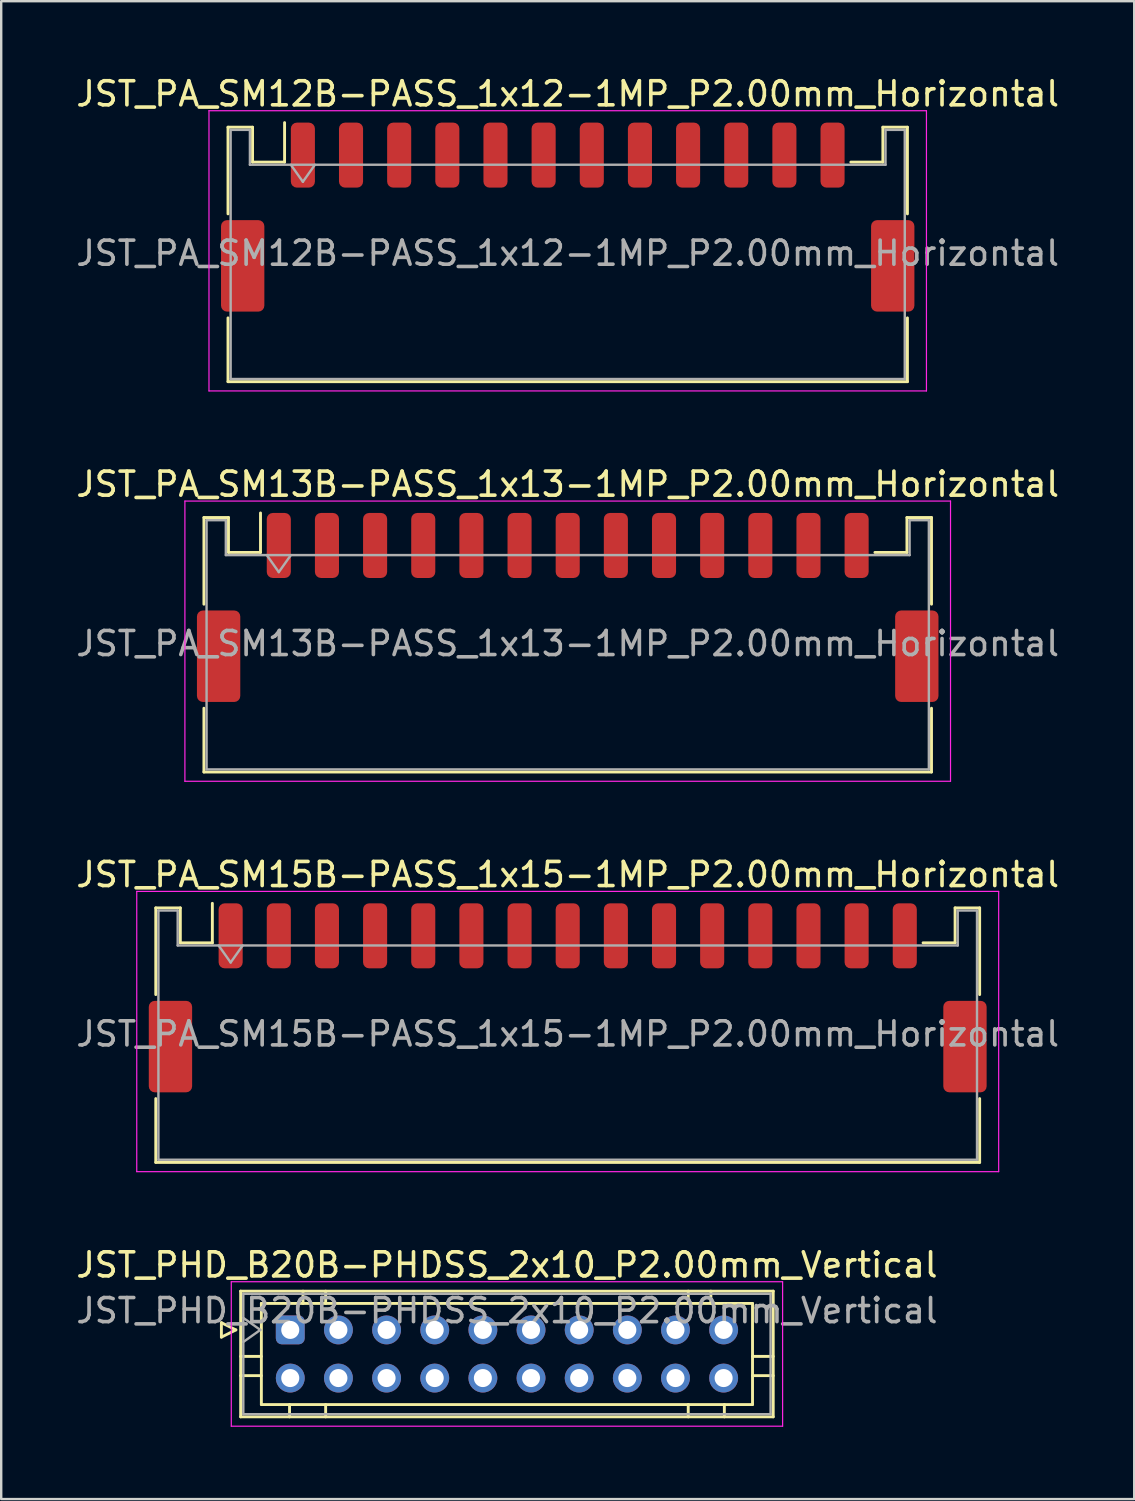
<source format=kicad_pcb>
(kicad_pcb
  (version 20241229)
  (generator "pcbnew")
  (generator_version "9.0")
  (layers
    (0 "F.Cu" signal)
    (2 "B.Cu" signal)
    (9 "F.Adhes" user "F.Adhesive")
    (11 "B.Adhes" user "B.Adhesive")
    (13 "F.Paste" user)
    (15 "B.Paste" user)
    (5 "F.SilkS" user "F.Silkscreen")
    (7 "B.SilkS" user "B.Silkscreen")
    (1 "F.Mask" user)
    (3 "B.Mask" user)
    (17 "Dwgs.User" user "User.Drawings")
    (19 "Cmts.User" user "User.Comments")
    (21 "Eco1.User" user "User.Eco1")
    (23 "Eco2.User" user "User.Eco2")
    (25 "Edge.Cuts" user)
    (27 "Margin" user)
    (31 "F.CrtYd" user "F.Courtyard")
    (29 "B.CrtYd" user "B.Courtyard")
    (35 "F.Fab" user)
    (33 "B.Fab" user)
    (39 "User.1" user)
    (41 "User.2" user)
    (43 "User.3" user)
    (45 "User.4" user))
  (footprint "JST_PA_SM15B-PASS_1x15-1MP_P2.00mm_Horizontal"
    (layer "F.Cu")
    (at 20.53 38.395)
    (property "Reference" "JST_PA_SM15B-PASS_1x15-1MP_P2.00mm_Horizontal" (at 0 -5.12 0) (layer "F.SilkS") (effects (font (size 1 1) (thickness 0.15))))
    (attr smd)
    (fp_line (start -17.11 -3.735) (end -16.09 -3.735) (stroke (width 0.12) (type solid)) (layer "F.SilkS"))
    (fp_line (start -17.11 -0.135) (end -17.11 -3.735) (stroke (width 0.12) (type solid)) (layer "F.SilkS"))
    (fp_line (start -17.11 4.185) (end -17.11 6.835) (stroke (width 0.12) (type solid)) (layer "F.SilkS"))
    (fp_line (start -17.11 6.835) (end 17.11 6.835) (stroke (width 0.12) (type solid)) (layer "F.SilkS"))
    (fp_line (start -16.09 -3.735) (end -16.09 -2.285) (stroke (width 0.12) (type solid)) (layer "F.SilkS"))
    (fp_line (start -16.09 -2.285) (end -14.76 -2.285) (stroke (width 0.12) (type solid)) (layer "F.SilkS"))
    (fp_line (start -14.76 -2.285) (end -14.76 -3.925) (stroke (width 0.12) (type solid)) (layer "F.SilkS"))
    (fp_line (start 16.09 -3.735) (end 16.09 -2.285) (stroke (width 0.12) (type solid)) (layer "F.SilkS"))
    (fp_line (start 16.09 -2.285) (end 14.76 -2.285) (stroke (width 0.12) (type solid)) (layer "F.SilkS"))
    (fp_line (start 17.11 -3.735) (end 16.09 -3.735) (stroke (width 0.12) (type solid)) (layer "F.SilkS"))
    (fp_line (start 17.11 -0.135) (end 17.11 -3.735) (stroke (width 0.12) (type solid)) (layer "F.SilkS"))
    (fp_line (start 17.11 6.835) (end 17.11 4.185) (stroke (width 0.12) (type solid)) (layer "F.SilkS"))
    (fp_line (start -17.9 -4.42) (end -17.9 7.22) (stroke (width 0.05) (type solid)) (layer "F.CrtYd"))
    (fp_line (start -17.9 7.22) (end 17.9 7.22) (stroke (width 0.05) (type solid)) (layer "F.CrtYd"))
    (fp_line (start 17.9 -4.42) (end -17.9 -4.42) (stroke (width 0.05) (type solid)) (layer "F.CrtYd"))
    (fp_line (start 17.9 7.22) (end 17.9 -4.42) (stroke (width 0.05) (type solid)) (layer "F.CrtYd"))
    (fp_line (start -17 -3.625) (end -17 6.725) (stroke (width 0.1) (type solid)) (layer "F.Fab"))
    (fp_line (start -17 -3.625) (end -16.2 -3.625) (stroke (width 0.1) (type solid)) (layer "F.Fab"))
    (fp_line (start -17 6.725) (end 17 6.725) (stroke (width 0.1) (type solid)) (layer "F.Fab"))
    (fp_line (start -16.2 -3.625) (end -16.2 -2.175) (stroke (width 0.1) (type solid)) (layer "F.Fab"))
    (fp_line (start -16.2 -2.175) (end 16.2 -2.175) (stroke (width 0.1) (type solid)) (layer "F.Fab"))
    (fp_line (start -14.5 -2.175) (end -14 -1.468) (stroke (width 0.1) (type solid)) (layer "F.Fab"))
    (fp_line (start -14 -1.468) (end -13.5 -2.175) (stroke (width 0.1) (type solid)) (layer "F.Fab"))
    (fp_line (start 16.2 -3.625) (end 17 -3.625) (stroke (width 0.1) (type solid)) (layer "F.Fab"))
    (fp_line (start 16.2 -2.175) (end 16.2 -3.625) (stroke (width 0.1) (type solid)) (layer "F.Fab"))
    (fp_line (start 17 -3.625) (end 17 6.725) (stroke (width 0.1) (type solid)) (layer "F.Fab"))
    (fp_text user "${REFERENCE}" (at 0 1.5 0) (layer "F.Fab") (effects (font (size 1 1) (thickness 0.15))))
    (pad "1" smd roundrect (at -14 -2.575) (size 1 2.7) (layers "F.Cu" "F.Mask" "F.Paste") (roundrect_rratio 0.25))
    (pad "2" smd roundrect (at -12 -2.575) (size 1 2.7) (layers "F.Cu" "F.Mask" "F.Paste") (roundrect_rratio 0.25))
    (pad "3" smd roundrect (at -10 -2.575) (size 1 2.7) (layers "F.Cu" "F.Mask" "F.Paste") (roundrect_rratio 0.25))
    (pad "4" smd roundrect (at -8 -2.575) (size 1 2.7) (layers "F.Cu" "F.Mask" "F.Paste") (roundrect_rratio 0.25))
    (pad "5" smd roundrect (at -6 -2.575) (size 1 2.7) (layers "F.Cu" "F.Mask" "F.Paste") (roundrect_rratio 0.25))
    (pad "6" smd roundrect (at -4 -2.575) (size 1 2.7) (layers "F.Cu" "F.Mask" "F.Paste") (roundrect_rratio 0.25))
    (pad "7" smd roundrect (at -2 -2.575) (size 1 2.7) (layers "F.Cu" "F.Mask" "F.Paste") (roundrect_rratio 0.25))
    (pad "8" smd roundrect (at 0 -2.575) (size 1 2.7) (layers "F.Cu" "F.Mask" "F.Paste") (roundrect_rratio 0.25))
    (pad "9" smd roundrect (at 2 -2.575) (size 1 2.7) (layers "F.Cu" "F.Mask" "F.Paste") (roundrect_rratio 0.25))
    (pad "10" smd roundrect (at 4 -2.575) (size 1 2.7) (layers "F.Cu" "F.Mask" "F.Paste") (roundrect_rratio 0.25))
    (pad "11" smd roundrect (at 6 -2.575) (size 1 2.7) (layers "F.Cu" "F.Mask" "F.Paste") (roundrect_rratio 0.25))
    (pad "12" smd roundrect (at 8 -2.575) (size 1 2.7) (layers "F.Cu" "F.Mask" "F.Paste") (roundrect_rratio 0.25))
    (pad "13" smd roundrect (at 10 -2.575) (size 1 2.7) (layers "F.Cu" "F.Mask" "F.Paste") (roundrect_rratio 0.25))
    (pad "14" smd roundrect (at 12 -2.575) (size 1 2.7) (layers "F.Cu" "F.Mask" "F.Paste") (roundrect_rratio 0.25))
    (pad "15" smd roundrect (at 14 -2.575) (size 1 2.7) (layers "F.Cu" "F.Mask" "F.Paste") (roundrect_rratio 0.25))
    (pad "MP" smd roundrect (at -16.5 2.025) (size 1.8 3.8) (layers "F.Cu" "F.Mask" "F.Paste") (roundrect_rratio 0.139))
    (pad "MP" smd roundrect (at 16.5 2.025) (size 1.8 3.8) (layers "F.Cu" "F.Mask" "F.Paste") (roundrect_rratio 0.139)))
  (footprint "JST_PA_SM13B-PASS_1x13-1MP_P2.00mm_Horizontal"
    (layer "F.Cu")
    (at 20.53 22.181)
    (property "Reference" "JST_PA_SM13B-PASS_1x13-1MP_P2.00mm_Horizontal" (at 0 -5.12 0) (layer "F.SilkS") (effects (font (size 1 1) (thickness 0.15))))
    (attr smd)
    (fp_line (start -15.11 -3.735) (end -14.09 -3.735) (stroke (width 0.12) (type solid)) (layer "F.SilkS"))
    (fp_line (start -15.11 -0.135) (end -15.11 -3.735) (stroke (width 0.12) (type solid)) (layer "F.SilkS"))
    (fp_line (start -15.11 4.185) (end -15.11 6.835) (stroke (width 0.12) (type solid)) (layer "F.SilkS"))
    (fp_line (start -15.11 6.835) (end 15.11 6.835) (stroke (width 0.12) (type solid)) (layer "F.SilkS"))
    (fp_line (start -14.09 -3.735) (end -14.09 -2.285) (stroke (width 0.12) (type solid)) (layer "F.SilkS"))
    (fp_line (start -14.09 -2.285) (end -12.76 -2.285) (stroke (width 0.12) (type solid)) (layer "F.SilkS"))
    (fp_line (start -12.76 -2.285) (end -12.76 -3.925) (stroke (width 0.12) (type solid)) (layer "F.SilkS"))
    (fp_line (start 14.09 -3.735) (end 14.09 -2.285) (stroke (width 0.12) (type solid)) (layer "F.SilkS"))
    (fp_line (start 14.09 -2.285) (end 12.76 -2.285) (stroke (width 0.12) (type solid)) (layer "F.SilkS"))
    (fp_line (start 15.11 -3.735) (end 14.09 -3.735) (stroke (width 0.12) (type solid)) (layer "F.SilkS"))
    (fp_line (start 15.11 -0.135) (end 15.11 -3.735) (stroke (width 0.12) (type solid)) (layer "F.SilkS"))
    (fp_line (start 15.11 6.835) (end 15.11 4.185) (stroke (width 0.12) (type solid)) (layer "F.SilkS"))
    (fp_line (start -15.9 -4.42) (end -15.9 7.22) (stroke (width 0.05) (type solid)) (layer "F.CrtYd"))
    (fp_line (start -15.9 7.22) (end 15.9 7.22) (stroke (width 0.05) (type solid)) (layer "F.CrtYd"))
    (fp_line (start 15.9 -4.42) (end -15.9 -4.42) (stroke (width 0.05) (type solid)) (layer "F.CrtYd"))
    (fp_line (start 15.9 7.22) (end 15.9 -4.42) (stroke (width 0.05) (type solid)) (layer "F.CrtYd"))
    (fp_line (start -15 -3.625) (end -15 6.725) (stroke (width 0.1) (type solid)) (layer "F.Fab"))
    (fp_line (start -15 -3.625) (end -14.2 -3.625) (stroke (width 0.1) (type solid)) (layer "F.Fab"))
    (fp_line (start -15 6.725) (end 15 6.725) (stroke (width 0.1) (type solid)) (layer "F.Fab"))
    (fp_line (start -14.2 -3.625) (end -14.2 -2.175) (stroke (width 0.1) (type solid)) (layer "F.Fab"))
    (fp_line (start -14.2 -2.175) (end 14.2 -2.175) (stroke (width 0.1) (type solid)) (layer "F.Fab"))
    (fp_line (start -12.5 -2.175) (end -12 -1.468) (stroke (width 0.1) (type solid)) (layer "F.Fab"))
    (fp_line (start -12 -1.468) (end -11.5 -2.175) (stroke (width 0.1) (type solid)) (layer "F.Fab"))
    (fp_line (start 14.2 -3.625) (end 15 -3.625) (stroke (width 0.1) (type solid)) (layer "F.Fab"))
    (fp_line (start 14.2 -2.175) (end 14.2 -3.625) (stroke (width 0.1) (type solid)) (layer "F.Fab"))
    (fp_line (start 15 -3.625) (end 15 6.725) (stroke (width 0.1) (type solid)) (layer "F.Fab"))
    (fp_text user "${REFERENCE}" (at 0 1.5 0) (layer "F.Fab") (effects (font (size 1 1) (thickness 0.15))))
    (pad "1" smd roundrect (at -12 -2.575) (size 1 2.7) (layers "F.Cu" "F.Mask" "F.Paste") (roundrect_rratio 0.25))
    (pad "2" smd roundrect (at -10 -2.575) (size 1 2.7) (layers "F.Cu" "F.Mask" "F.Paste") (roundrect_rratio 0.25))
    (pad "3" smd roundrect (at -8 -2.575) (size 1 2.7) (layers "F.Cu" "F.Mask" "F.Paste") (roundrect_rratio 0.25))
    (pad "4" smd roundrect (at -6 -2.575) (size 1 2.7) (layers "F.Cu" "F.Mask" "F.Paste") (roundrect_rratio 0.25))
    (pad "5" smd roundrect (at -4 -2.575) (size 1 2.7) (layers "F.Cu" "F.Mask" "F.Paste") (roundrect_rratio 0.25))
    (pad "6" smd roundrect (at -2 -2.575) (size 1 2.7) (layers "F.Cu" "F.Mask" "F.Paste") (roundrect_rratio 0.25))
    (pad "7" smd roundrect (at 0 -2.575) (size 1 2.7) (layers "F.Cu" "F.Mask" "F.Paste") (roundrect_rratio 0.25))
    (pad "8" smd roundrect (at 2 -2.575) (size 1 2.7) (layers "F.Cu" "F.Mask" "F.Paste") (roundrect_rratio 0.25))
    (pad "9" smd roundrect (at 4 -2.575) (size 1 2.7) (layers "F.Cu" "F.Mask" "F.Paste") (roundrect_rratio 0.25))
    (pad "10" smd roundrect (at 6 -2.575) (size 1 2.7) (layers "F.Cu" "F.Mask" "F.Paste") (roundrect_rratio 0.25))
    (pad "11" smd roundrect (at 8 -2.575) (size 1 2.7) (layers "F.Cu" "F.Mask" "F.Paste") (roundrect_rratio 0.25))
    (pad "12" smd roundrect (at 10 -2.575) (size 1 2.7) (layers "F.Cu" "F.Mask" "F.Paste") (roundrect_rratio 0.25))
    (pad "13" smd roundrect (at 12 -2.575) (size 1 2.7) (layers "F.Cu" "F.Mask" "F.Paste") (roundrect_rratio 0.25))
    (pad "MP" smd roundrect (at -14.5 2.025) (size 1.8 3.8) (layers "F.Cu" "F.Mask" "F.Paste") (roundrect_rratio 0.139))
    (pad "MP" smd roundrect (at 14.5 2.025) (size 1.8 3.8) (layers "F.Cu" "F.Mask" "F.Paste") (roundrect_rratio 0.139)))
  (footprint "JST_PHD_B20B-PHDSS_2x10_P2.00mm_Vertical"
    (layer "F.Cu")
    (at 9.006 52.188)
    (property "Reference" "JST_PHD_B20B-PHDSS_2x10_P2.00mm_Vertical" (at 9 -2.7 0) (layer "F.SilkS") (effects (font (size 1 1) (thickness 0.15))))
    (attr through_hole)
    (fp_line (start -2.86 -0.3) (end -2.26 0) (stroke (width 0.12) (type solid)) (layer "F.SilkS"))
    (fp_line (start -2.86 0.3) (end -2.86 -0.3) (stroke (width 0.12) (type solid)) (layer "F.SilkS"))
    (fp_line (start -2.26 0) (end -2.86 0.3) (stroke (width 0.12) (type solid)) (layer "F.SilkS"))
    (fp_line (start -2.06 -1.61) (end -2.06 3.61) (stroke (width 0.12) (type solid)) (layer "F.SilkS"))
    (fp_line (start -2.06 1.1) (end -1.2 1.1) (stroke (width 0.12) (type solid)) (layer "F.SilkS"))
    (fp_line (start -2.06 1.9) (end -1.2 1.9) (stroke (width 0.12) (type solid)) (layer "F.SilkS"))
    (fp_line (start -2.06 3.61) (end 20.06 3.61) (stroke (width 0.12) (type solid)) (layer "F.SilkS"))
    (fp_line (start -1.2 -1.1) (end -1.2 3.1) (stroke (width 0.12) (type solid)) (layer "F.SilkS"))
    (fp_line (start -1.2 3.1) (end 19.2 3.1) (stroke (width 0.12) (type solid)) (layer "F.SilkS"))
    (fp_line (start -0.03 3.61) (end -0.03 3.1) (stroke (width 0.12) (type solid)) (layer "F.SilkS"))
    (fp_line (start 0.53 -1.61) (end 0.53 -1.1) (stroke (width 0.12) (type solid)) (layer "F.SilkS"))
    (fp_line (start 1.47 -1.61) (end 1.47 -1.1) (stroke (width 0.12) (type solid)) (layer "F.SilkS"))
    (fp_line (start 1.47 3.61) (end 1.47 3.1) (stroke (width 0.12) (type solid)) (layer "F.SilkS"))
    (fp_line (start 16.53 -1.61) (end 16.53 -1.1) (stroke (width 0.12) (type solid)) (layer "F.SilkS"))
    (fp_line (start 16.53 3.61) (end 16.53 3.1) (stroke (width 0.12) (type solid)) (layer "F.SilkS"))
    (fp_line (start 17.47 -1.61) (end 17.47 -1.1) (stroke (width 0.12) (type solid)) (layer "F.SilkS"))
    (fp_line (start 18.03 3.61) (end 18.03 3.1) (stroke (width 0.12) (type solid)) (layer "F.SilkS"))
    (fp_line (start 19.2 -1.1) (end -1.2 -1.1) (stroke (width 0.12) (type solid)) (layer "F.SilkS"))
    (fp_line (start 19.2 3.1) (end 19.2 -1.1) (stroke (width 0.12) (type solid)) (layer "F.SilkS"))
    (fp_line (start 20.06 -1.61) (end -2.06 -1.61) (stroke (width 0.12) (type solid)) (layer "F.SilkS"))
    (fp_line (start 20.06 1.1) (end 19.2 1.1) (stroke (width 0.12) (type solid)) (layer "F.SilkS"))
    (fp_line (start 20.06 1.9) (end 19.2 1.9) (stroke (width 0.12) (type solid)) (layer "F.SilkS"))
    (fp_line (start 20.06 3.61) (end 20.06 -1.61) (stroke (width 0.12) (type solid)) (layer "F.SilkS"))
    (fp_line (start -2.45 -2) (end -2.45 4) (stroke (width 0.05) (type solid)) (layer "F.CrtYd"))
    (fp_line (start -2.45 4) (end 20.45 4) (stroke (width 0.05) (type solid)) (layer "F.CrtYd"))
    (fp_line (start 20.45 -2) (end -2.45 -2) (stroke (width 0.05) (type solid)) (layer "F.CrtYd"))
    (fp_line (start 20.45 4) (end 20.45 -2) (stroke (width 0.05) (type solid)) (layer "F.CrtYd"))
    (fp_line (start -1.95 -1.5) (end -1.95 3.5) (stroke (width 0.1) (type solid)) (layer "F.Fab"))
    (fp_line (start -1.95 0.5) (end -1.243 0) (stroke (width 0.1) (type solid)) (layer "F.Fab"))
    (fp_line (start -1.95 3.5) (end 19.95 3.5) (stroke (width 0.1) (type solid)) (layer "F.Fab"))
    (fp_line (start -1.243 0) (end -1.95 -0.5) (stroke (width 0.1) (type solid)) (layer "F.Fab"))
    (fp_line (start 19.95 -1.5) (end -1.95 -1.5) (stroke (width 0.1) (type solid)) (layer "F.Fab"))
    (fp_line (start 19.95 3.5) (end 19.95 -1.5) (stroke (width 0.1) (type solid)) (layer "F.Fab"))
    (fp_text user "${REFERENCE}" (at 9 -0.8 0) (layer "F.Fab") (effects (font (size 1 1) (thickness 0.15))))
    (pad "1" thru_hole roundrect (at 0 0) (size 1.2 1.2) (drill 0.75) (layers "*.Cu" "*.Mask") (roundrect_rratio 0.208))
    (pad "2" thru_hole circle (at 0 2) (size 1.2 1.2) (drill 0.75) (layers "*.Cu" "*.Mask"))
    (pad "3" thru_hole circle (at 2 0) (size 1.2 1.2) (drill 0.75) (layers "*.Cu" "*.Mask"))
    (pad "4" thru_hole circle (at 2 2) (size 1.2 1.2) (drill 0.75) (layers "*.Cu" "*.Mask"))
    (pad "5" thru_hole circle (at 4 0) (size 1.2 1.2) (drill 0.75) (layers "*.Cu" "*.Mask"))
    (pad "6" thru_hole circle (at 4 2) (size 1.2 1.2) (drill 0.75) (layers "*.Cu" "*.Mask"))
    (pad "7" thru_hole circle (at 6 0) (size 1.2 1.2) (drill 0.75) (layers "*.Cu" "*.Mask"))
    (pad "8" thru_hole circle (at 6 2) (size 1.2 1.2) (drill 0.75) (layers "*.Cu" "*.Mask"))
    (pad "9" thru_hole circle (at 8 0) (size 1.2 1.2) (drill 0.75) (layers "*.Cu" "*.Mask"))
    (pad "10" thru_hole circle (at 8 2) (size 1.2 1.2) (drill 0.75) (layers "*.Cu" "*.Mask"))
    (pad "11" thru_hole circle (at 10 0) (size 1.2 1.2) (drill 0.75) (layers "*.Cu" "*.Mask"))
    (pad "12" thru_hole circle (at 10 2) (size 1.2 1.2) (drill 0.75) (layers "*.Cu" "*.Mask"))
    (pad "13" thru_hole circle (at 12 0) (size 1.2 1.2) (drill 0.75) (layers "*.Cu" "*.Mask"))
    (pad "14" thru_hole circle (at 12 2) (size 1.2 1.2) (drill 0.75) (layers "*.Cu" "*.Mask"))
    (pad "15" thru_hole circle (at 14 0) (size 1.2 1.2) (drill 0.75) (layers "*.Cu" "*.Mask"))
    (pad "16" thru_hole circle (at 14 2) (size 1.2 1.2) (drill 0.75) (layers "*.Cu" "*.Mask"))
    (pad "17" thru_hole circle (at 16 0) (size 1.2 1.2) (drill 0.75) (layers "*.Cu" "*.Mask"))
    (pad "18" thru_hole circle (at 16 2) (size 1.2 1.2) (drill 0.75) (layers "*.Cu" "*.Mask"))
    (pad "19" thru_hole circle (at 18 0) (size 1.2 1.2) (drill 0.75) (layers "*.Cu" "*.Mask"))
    (pad "20" thru_hole circle (at 18 2) (size 1.2 1.2) (drill 0.75) (layers "*.Cu" "*.Mask")))
  (footprint "JST_PA_SM12B-PASS_1x12-1MP_P2.00mm_Horizontal"
    (layer "F.Cu")
    (at 20.53 5.968)
    (property "Reference" "JST_PA_SM12B-PASS_1x12-1MP_P2.00mm_Horizontal" (at 0 -5.12 0) (layer "F.SilkS") (effects (font (size 1 1) (thickness 0.15))))
    (attr smd)
    (fp_line (start -14.11 -3.735) (end -13.09 -3.735) (stroke (width 0.12) (type solid)) (layer "F.SilkS"))
    (fp_line (start -14.11 -0.135) (end -14.11 -3.735) (stroke (width 0.12) (type solid)) (layer "F.SilkS"))
    (fp_line (start -14.11 4.185) (end -14.11 6.835) (stroke (width 0.12) (type solid)) (layer "F.SilkS"))
    (fp_line (start -14.11 6.835) (end 14.11 6.835) (stroke (width 0.12) (type solid)) (layer "F.SilkS"))
    (fp_line (start -13.09 -3.735) (end -13.09 -2.285) (stroke (width 0.12) (type solid)) (layer "F.SilkS"))
    (fp_line (start -13.09 -2.285) (end -11.76 -2.285) (stroke (width 0.12) (type solid)) (layer "F.SilkS"))
    (fp_line (start -11.76 -2.285) (end -11.76 -3.925) (stroke (width 0.12) (type solid)) (layer "F.SilkS"))
    (fp_line (start 13.09 -3.735) (end 13.09 -2.285) (stroke (width 0.12) (type solid)) (layer "F.SilkS"))
    (fp_line (start 13.09 -2.285) (end 11.76 -2.285) (stroke (width 0.12) (type solid)) (layer "F.SilkS"))
    (fp_line (start 14.11 -3.735) (end 13.09 -3.735) (stroke (width 0.12) (type solid)) (layer "F.SilkS"))
    (fp_line (start 14.11 -0.135) (end 14.11 -3.735) (stroke (width 0.12) (type solid)) (layer "F.SilkS"))
    (fp_line (start 14.11 6.835) (end 14.11 4.185) (stroke (width 0.12) (type solid)) (layer "F.SilkS"))
    (fp_line (start -14.9 -4.42) (end -14.9 7.22) (stroke (width 0.05) (type solid)) (layer "F.CrtYd"))
    (fp_line (start -14.9 7.22) (end 14.9 7.22) (stroke (width 0.05) (type solid)) (layer "F.CrtYd"))
    (fp_line (start 14.9 -4.42) (end -14.9 -4.42) (stroke (width 0.05) (type solid)) (layer "F.CrtYd"))
    (fp_line (start 14.9 7.22) (end 14.9 -4.42) (stroke (width 0.05) (type solid)) (layer "F.CrtYd"))
    (fp_line (start -14 -3.625) (end -14 6.725) (stroke (width 0.1) (type solid)) (layer "F.Fab"))
    (fp_line (start -14 -3.625) (end -13.2 -3.625) (stroke (width 0.1) (type solid)) (layer "F.Fab"))
    (fp_line (start -14 6.725) (end 14 6.725) (stroke (width 0.1) (type solid)) (layer "F.Fab"))
    (fp_line (start -13.2 -3.625) (end -13.2 -2.175) (stroke (width 0.1) (type solid)) (layer "F.Fab"))
    (fp_line (start -13.2 -2.175) (end 13.2 -2.175) (stroke (width 0.1) (type solid)) (layer "F.Fab"))
    (fp_line (start -11.5 -2.175) (end -11 -1.468) (stroke (width 0.1) (type solid)) (layer "F.Fab"))
    (fp_line (start -11 -1.468) (end -10.5 -2.175) (stroke (width 0.1) (type solid)) (layer "F.Fab"))
    (fp_line (start 13.2 -3.625) (end 14 -3.625) (stroke (width 0.1) (type solid)) (layer "F.Fab"))
    (fp_line (start 13.2 -2.175) (end 13.2 -3.625) (stroke (width 0.1) (type solid)) (layer "F.Fab"))
    (fp_line (start 14 -3.625) (end 14 6.725) (stroke (width 0.1) (type solid)) (layer "F.Fab"))
    (fp_text user "${REFERENCE}" (at 0 1.5 0) (layer "F.Fab") (effects (font (size 1 1) (thickness 0.15))))
    (pad "1" smd roundrect (at -11 -2.575) (size 1 2.7) (layers "F.Cu" "F.Mask" "F.Paste") (roundrect_rratio 0.25))
    (pad "2" smd roundrect (at -9 -2.575) (size 1 2.7) (layers "F.Cu" "F.Mask" "F.Paste") (roundrect_rratio 0.25))
    (pad "3" smd roundrect (at -7 -2.575) (size 1 2.7) (layers "F.Cu" "F.Mask" "F.Paste") (roundrect_rratio 0.25))
    (pad "4" smd roundrect (at -5 -2.575) (size 1 2.7) (layers "F.Cu" "F.Mask" "F.Paste") (roundrect_rratio 0.25))
    (pad "5" smd roundrect (at -3 -2.575) (size 1 2.7) (layers "F.Cu" "F.Mask" "F.Paste") (roundrect_rratio 0.25))
    (pad "6" smd roundrect (at -1 -2.575) (size 1 2.7) (layers "F.Cu" "F.Mask" "F.Paste") (roundrect_rratio 0.25))
    (pad "7" smd roundrect (at 1 -2.575) (size 1 2.7) (layers "F.Cu" "F.Mask" "F.Paste") (roundrect_rratio 0.25))
    (pad "8" smd roundrect (at 3 -2.575) (size 1 2.7) (layers "F.Cu" "F.Mask" "F.Paste") (roundrect_rratio 0.25))
    (pad "9" smd roundrect (at 5 -2.575) (size 1 2.7) (layers "F.Cu" "F.Mask" "F.Paste") (roundrect_rratio 0.25))
    (pad "10" smd roundrect (at 7 -2.575) (size 1 2.7) (layers "F.Cu" "F.Mask" "F.Paste") (roundrect_rratio 0.25))
    (pad "11" smd roundrect (at 9 -2.575) (size 1 2.7) (layers "F.Cu" "F.Mask" "F.Paste") (roundrect_rratio 0.25))
    (pad "12" smd roundrect (at 11 -2.575) (size 1 2.7) (layers "F.Cu" "F.Mask" "F.Paste") (roundrect_rratio 0.25))
    (pad "MP" smd roundrect (at -13.5 2.025) (size 1.8 3.8) (layers "F.Cu" "F.Mask" "F.Paste") (roundrect_rratio 0.139))
    (pad "MP" smd roundrect (at 13.5 2.025) (size 1.8 3.8) (layers "F.Cu" "F.Mask" "F.Paste") (roundrect_rratio 0.139)))
  (gr_rect
    (start -3 -3)
    (end 44.06 59.213)
    (stroke (width 0.1) (type default))
    (fill no)
    (layer "Edge.Cuts")))
</source>
